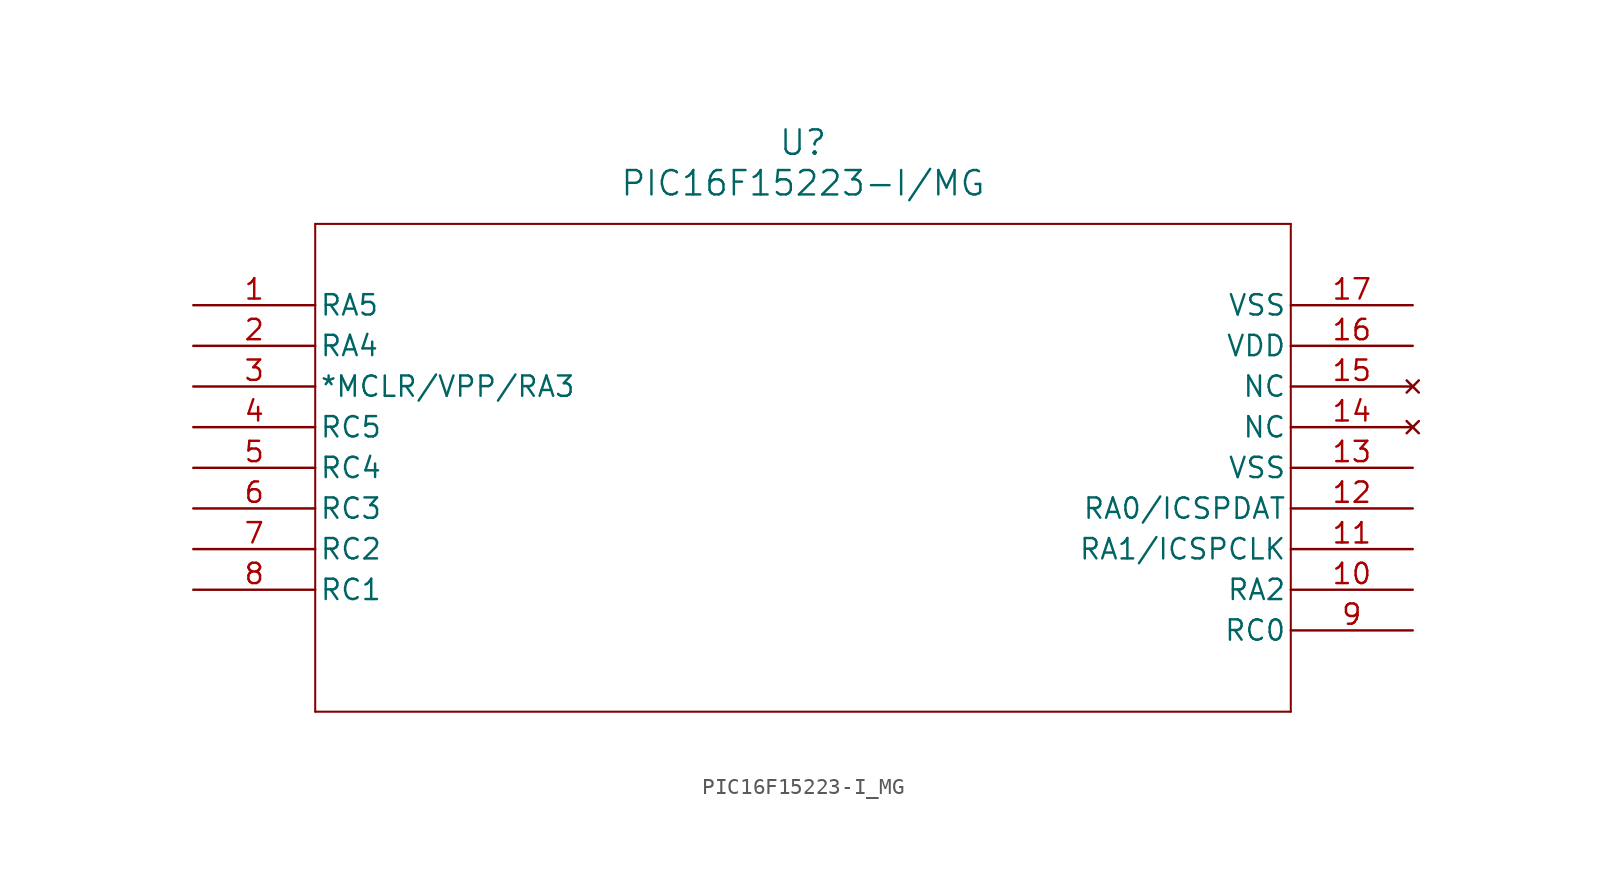
<source format=kicad_sym>
(kicad_symbol_lib
  (version 20211014)
  (generator kicad_symbol_editor)
  (symbol "PIC16F15223-I_MG"
    (pin_names
      (offset 0.254))
    (property "Reference" "U"
      (at 38.1 10.16 0)
      (effects (font (size 1.524 1.524))))
    (property "Value" "PIC16F15223-I/MG"
      (at 38.1 7.62 0)
      (effects (font (size 1.524 1.524))))
    (symbol "PIC16F15223-I_MG_0_1"
      (polyline (pts (xy 7.62 5.08) (xy 7.62 -25.4)) (stroke (width 0.127) (type default) (color 0 0 0 0)) (fill (type none)))
      (polyline (pts (xy 7.62 -25.4) (xy 68.58 -25.4)) (stroke (width 0.127) (type default) (color 0 0 0 0)) (fill (type none)))
      (polyline (pts (xy 68.58 -25.4) (xy 68.58 5.08)) (stroke (width 0.127) (type default) (color 0 0 0 0)) (fill (type none)))
      (polyline (pts (xy 68.58 5.08) (xy 7.62 5.08)) (stroke (width 0.127) (type default) (color 0 0 0 0)) (fill (type none)))
      (pin bidirectional line (at 0 0 0) (length 7.62) (name "RA5" (effects (font (size 1.27 1.27)))) (number "1" (effects (font (size 1.27 1.27)))))
      (pin bidirectional line (at 0 -2.54 0) (length 7.62) (name "RA4" (effects (font (size 1.27 1.27)))) (number "2" (effects (font (size 1.27 1.27)))))
      (pin bidirectional line (at 0 -5.08 0) (length 7.62) (name "*MCLR/VPP/RA3" (effects (font (size 1.27 1.27)))) (number "3" (effects (font (size 1.27 1.27)))))
      (pin bidirectional line (at 0 -7.62 0) (length 7.62) (name "RC5" (effects (font (size 1.27 1.27)))) (number "4" (effects (font (size 1.27 1.27)))))
      (pin bidirectional line (at 0 -10.16 0) (length 7.62) (name "RC4" (effects (font (size 1.27 1.27)))) (number "5" (effects (font (size 1.27 1.27)))))
      (pin bidirectional line (at 0 -12.7 0) (length 7.62) (name "RC3" (effects (font (size 1.27 1.27)))) (number "6" (effects (font (size 1.27 1.27)))))
      (pin bidirectional line (at 0 -15.24 0) (length 7.62) (name "RC2" (effects (font (size 1.27 1.27)))) (number "7" (effects (font (size 1.27 1.27)))))
      (pin bidirectional line (at 0 -17.78 0) (length 7.62) (name "RC1" (effects (font (size 1.27 1.27)))) (number "8" (effects (font (size 1.27 1.27)))))
      (pin bidirectional line (at 76.2 -20.32 180) (length 7.62) (name "RC0" (effects (font (size 1.27 1.27)))) (number "9" (effects (font (size 1.27 1.27)))))
      (pin bidirectional line (at 76.2 -17.78 180) (length 7.62) (name "RA2" (effects (font (size 1.27 1.27)))) (number "10" (effects (font (size 1.27 1.27)))))
      (pin bidirectional line (at 76.2 -15.24 180) (length 7.62) (name "RA1/ICSPCLK" (effects (font (size 1.27 1.27)))) (number "11" (effects (font (size 1.27 1.27)))))
      (pin bidirectional line (at 76.2 -12.7 180) (length 7.62) (name "RA0/ICSPDAT" (effects (font (size 1.27 1.27)))) (number "12" (effects (font (size 1.27 1.27)))))
      (pin power_out line (at 76.2 -10.16 180) (length 7.62) (name "VSS" (effects (font (size 1.27 1.27)))) (number "13" (effects (font (size 1.27 1.27)))))
      (pin no_connect line (at 76.2 -7.62 180) (length 7.62) (name "NC" (effects (font (size 1.27 1.27)))) (number "14" (effects (font (size 1.27 1.27)))))
      (pin no_connect line (at 76.2 -5.08 180) (length 7.62) (name "NC" (effects (font (size 1.27 1.27)))) (number "15" (effects (font (size 1.27 1.27)))))
      (pin power_in line (at 76.2 -2.54 180) (length 7.62) (name "VDD" (effects (font (size 1.27 1.27)))) (number "16" (effects (font (size 1.27 1.27)))))
      (pin power_out line (at 76.2 0 180) (length 7.62) (name "VSS" (effects (font (size 1.27 1.27)))) (number "17" (effects (font (size 1.27 1.27))))))))
</source>
